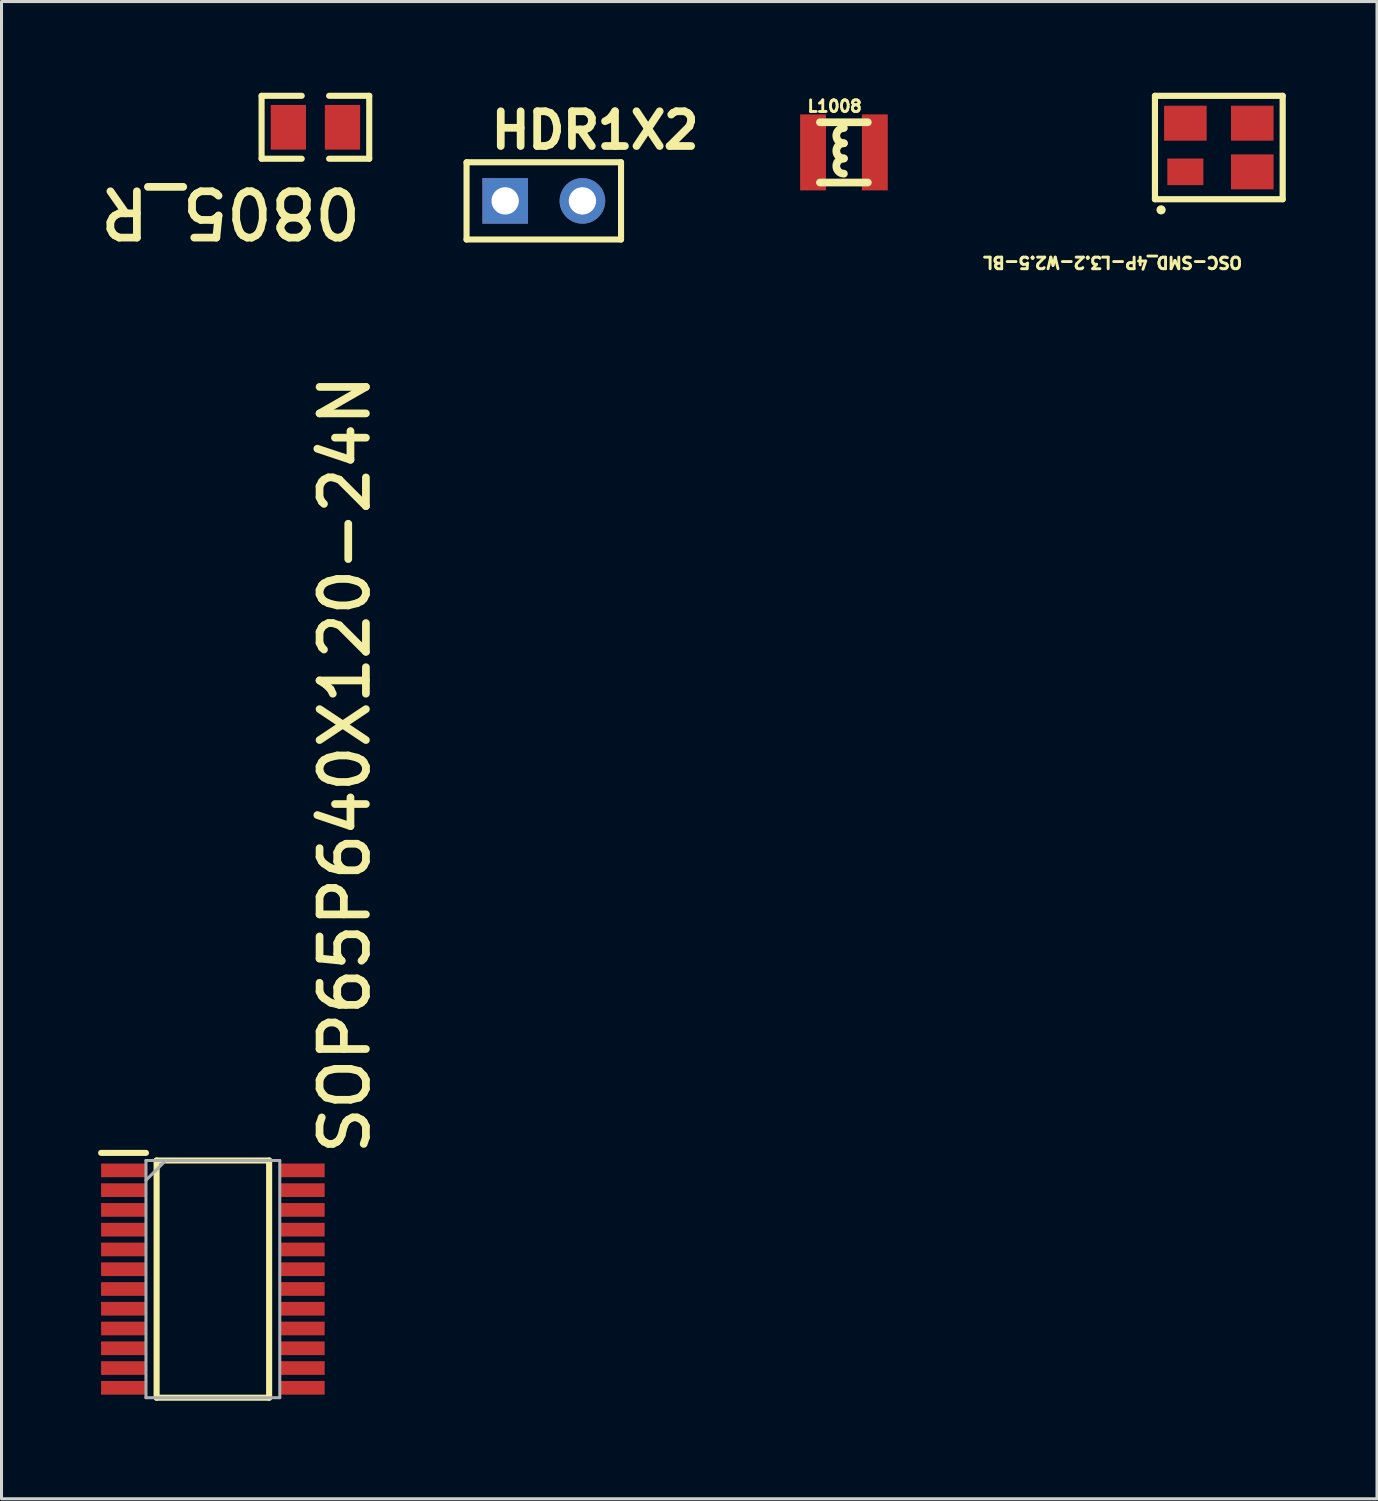
<source format=kicad_pcb>
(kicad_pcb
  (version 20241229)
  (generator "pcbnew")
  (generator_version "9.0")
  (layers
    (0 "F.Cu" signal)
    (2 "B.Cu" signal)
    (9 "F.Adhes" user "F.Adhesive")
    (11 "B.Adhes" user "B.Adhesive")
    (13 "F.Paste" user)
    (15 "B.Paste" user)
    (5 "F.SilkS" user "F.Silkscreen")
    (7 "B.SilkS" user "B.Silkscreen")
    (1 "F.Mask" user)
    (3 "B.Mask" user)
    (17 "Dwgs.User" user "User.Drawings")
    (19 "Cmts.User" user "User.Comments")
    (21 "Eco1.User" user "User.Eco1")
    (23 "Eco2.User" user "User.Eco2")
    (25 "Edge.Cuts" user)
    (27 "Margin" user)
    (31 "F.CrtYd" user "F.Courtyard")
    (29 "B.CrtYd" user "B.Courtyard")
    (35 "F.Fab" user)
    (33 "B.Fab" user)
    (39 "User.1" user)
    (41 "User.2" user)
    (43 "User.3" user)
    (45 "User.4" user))
  (footprint "L1008"
    (layer "F.Cu")
    (at 24.7 1.961)
    (property "Reference" "L1008" (at -1.247 -1.294 0) (unlocked yes) (layer "F.SilkS") (effects (font (size 0.381 0.381) (thickness 0.254)) (justify left bottom)))
    (fp_line (start -0.787 -0.991) (end 0.787 -0.991) (stroke (width 0.254) (type solid)) (layer "F.SilkS"))
    (fp_line (start -0.787 0.991) (end 0.787 0.991) (stroke (width 0.254) (type solid)) (layer "F.SilkS"))
    (fp_arc (start 0 -0.299999) (mid -0.25 -0.549999) (end 0 -0.799999) (stroke (width 0.254) (type solid)) (layer "F.SilkS"))
    (fp_arc (start 0 0.2) (mid -0.25 -0.05) (end 0 -0.3) (stroke (width 0.254) (type solid)) (layer "F.SilkS"))
    (fp_arc (start 0 0.699999) (mid -0.25 0.449999) (end 0 0.199999) (stroke (width 0.254) (type solid)) (layer "F.SilkS"))
    (pad "1" smd rect (at -1.014 0) (size 0.851 2.499) (layers "F.Cu" "F.Mask" "F.Paste"))
    (pad "2" smd rect (at 1.018 0) (size 0.851 2.499) (layers "F.Cu" "F.Mask" "F.Paste")))
  (footprint "SOP65P640X120-24N"
    (layer "F.Cu")
    (at 3.95 39.011)
    (property "Reference" "SOP65P640X120-24N" (at 5.232 -3.988 90) (unlocked yes) (layer "F.SilkS") (effects (font (size 1.524 1.524) (thickness 0.254)) (justify left bottom)))
    (fp_line (start -3.675 -4.15) (end -2.2 -4.15) (stroke (width 0.2) (type solid)) (layer "F.SilkS"))
    (fp_line (start -1.85 -3.9) (end 1.85 -3.9) (stroke (width 0.2) (type solid)) (layer "F.SilkS"))
    (fp_line (start -1.85 3.9) (end -1.85 -3.9) (stroke (width 0.2) (type solid)) (layer "F.SilkS"))
    (fp_line (start -1.85 3.9) (end 1.85 3.9) (stroke (width 0.2) (type solid)) (layer "F.SilkS"))
    (fp_line (start 1.85 3.9) (end 1.85 -3.9) (stroke (width 0.2) (type solid)) (layer "F.SilkS"))
    (fp_line (start -3.925 -4.2) (end 3.925 -4.2) (stroke (width 0.05) (type solid)) (layer "Eco1.User"))
    (fp_line (start -3.925 4.2) (end -3.925 -4.2) (stroke (width 0.05) (type solid)) (layer "Eco1.User"))
    (fp_line (start -3.925 4.2) (end 3.925 4.2) (stroke (width 0.05) (type solid)) (layer "Eco1.User"))
    (fp_line (start 3.925 4.2) (end 3.925 -4.2) (stroke (width 0.05) (type solid)) (layer "Eco1.User"))
    (fp_line (start -2.2 -3.9) (end 2.2 -3.9) (stroke (width 0.1) (type solid)) (layer "F.Fab"))
    (fp_line (start -2.2 -3.25) (end -1.55 -3.9) (stroke (width 0.1) (type solid)) (layer "F.Fab"))
    (fp_line (start -2.2 3.9) (end -2.2 -3.9) (stroke (width 0.1) (type solid)) (layer "F.Fab"))
    (fp_line (start -2.2 3.9) (end 2.2 3.9) (stroke (width 0.1) (type solid)) (layer "F.Fab"))
    (fp_line (start 2.2 3.9) (end 2.2 -3.9) (stroke (width 0.1) (type solid)) (layer "F.Fab"))
    (pad "1" smd rect (at -2.938 -3.575 180) (size 1.475 0.45) (layers "F.Cu" "F.Mask" "F.Paste"))
    (pad "2" smd rect (at -2.938 -2.925 180) (size 1.475 0.45) (layers "F.Cu" "F.Mask" "F.Paste"))
    (pad "3" smd rect (at -2.938 -2.275 180) (size 1.475 0.45) (layers "F.Cu" "F.Mask" "F.Paste"))
    (pad "4" smd rect (at -2.938 -1.625 180) (size 1.475 0.45) (layers "F.Cu" "F.Mask" "F.Paste"))
    (pad "5" smd rect (at -2.938 -0.975 180) (size 1.475 0.45) (layers "F.Cu" "F.Mask" "F.Paste"))
    (pad "6" smd rect (at -2.938 -0.325 180) (size 1.475 0.45) (layers "F.Cu" "F.Mask" "F.Paste"))
    (pad "7" smd rect (at -2.938 0.325 180) (size 1.475 0.45) (layers "F.Cu" "F.Mask" "F.Paste"))
    (pad "8" smd rect (at -2.938 0.975 180) (size 1.475 0.45) (layers "F.Cu" "F.Mask" "F.Paste"))
    (pad "9" smd rect (at -2.938 1.625 180) (size 1.475 0.45) (layers "F.Cu" "F.Mask" "F.Paste"))
    (pad "10" smd rect (at -2.938 2.275 180) (size 1.475 0.45) (layers "F.Cu" "F.Mask" "F.Paste"))
    (pad "11" smd rect (at -2.938 2.925 180) (size 1.475 0.45) (layers "F.Cu" "F.Mask" "F.Paste"))
    (pad "12" smd rect (at -2.938 3.575 180) (size 1.475 0.45) (layers "F.Cu" "F.Mask" "F.Paste"))
    (pad "13" smd rect (at 2.938 3.575 180) (size 1.475 0.45) (layers "F.Cu" "F.Mask" "F.Paste"))
    (pad "14" smd rect (at 2.938 2.925 180) (size 1.475 0.45) (layers "F.Cu" "F.Mask" "F.Paste"))
    (pad "15" smd rect (at 2.938 2.275 180) (size 1.475 0.45) (layers "F.Cu" "F.Mask" "F.Paste"))
    (pad "16" smd rect (at 2.938 1.625 180) (size 1.475 0.45) (layers "F.Cu" "F.Mask" "F.Paste"))
    (pad "17" smd rect (at 2.938 0.975 180) (size 1.475 0.45) (layers "F.Cu" "F.Mask" "F.Paste"))
    (pad "18" smd rect (at 2.938 0.325 180) (size 1.475 0.45) (layers "F.Cu" "F.Mask" "F.Paste"))
    (pad "19" smd rect (at 2.938 -0.325 180) (size 1.475 0.45) (layers "F.Cu" "F.Mask" "F.Paste"))
    (pad "20" smd rect (at 2.938 -0.975 180) (size 1.475 0.45) (layers "F.Cu" "F.Mask" "F.Paste"))
    (pad "21" smd rect (at 2.938 -1.625 180) (size 1.475 0.45) (layers "F.Cu" "F.Mask" "F.Paste"))
    (pad "22" smd rect (at 2.938 -2.275 180) (size 1.475 0.45) (layers "F.Cu" "F.Mask" "F.Paste"))
    (pad "23" smd rect (at 2.938 -2.925 180) (size 1.475 0.45) (layers "F.Cu" "F.Mask" "F.Paste"))
    (pad "24" smd rect (at 2.938 -3.575 180) (size 1.475 0.45) (layers "F.Cu" "F.Mask" "F.Paste")))
  (footprint "HDR1X2"
    (layer "F.Cu")
    (at 13.562 3.556)
    (property "Reference" "HDR1X2" (at -0.584 -1.651 0) (unlocked yes) (layer "F.SilkS") (effects (font (size 1.143 1.143) (thickness 0.254)) (justify left bottom)))
    (fp_line (start -1.27 -1.27) (end 3.81 -1.27) (stroke (width 0.2) (type solid)) (layer "F.SilkS"))
    (fp_line (start -1.27 1.27) (end -1.27 -1.27) (stroke (width 0.2) (type solid)) (layer "F.SilkS"))
    (fp_line (start -1.27 1.27) (end 3.81 1.27) (stroke (width 0.2) (type solid)) (layer "F.SilkS"))
    (fp_line (start 3.81 1.27) (end 3.81 -1.27) (stroke (width 0.2) (type solid)) (layer "F.SilkS"))
    (pad "1" thru_hole rect (at 0 0) (size 1.5 1.5) (drill 0.9) (layers "*.Cu" "*.Mask"))
    (pad "2" thru_hole circle (at 2.54 0) (size 1.5 1.5) (drill 0.9) (layers "*.Cu" "*.Mask")))
  (footprint "0805_R"
    (layer "F.Cu")
    (at 7.322 1.135)
    (property "Reference" "0805_R" (at 1.626 1.905 180) (unlocked yes) (layer "F.SilkS") (effects (font (size 1.524 1.524) (thickness 0.254)) (justify left bottom)))
    (fp_line (start -1.77 -1.035) (end -1.77 1.035) (stroke (width 0.2) (type solid)) (layer "F.SilkS"))
    (fp_line (start -0.45 -1.035) (end -1.77 -1.035) (stroke (width 0.2) (type solid)) (layer "F.SilkS"))
    (fp_line (start -0.45 1.035) (end -1.77 1.035) (stroke (width 0.2) (type solid)) (layer "F.SilkS"))
    (fp_line (start 1.77 -1.035) (end 0.45 -1.035) (stroke (width 0.2) (type solid)) (layer "F.SilkS"))
    (fp_line (start 1.77 -1.035) (end 1.77 1.035) (stroke (width 0.2) (type solid)) (layer "F.SilkS"))
    (fp_line (start 1.77 1.035) (end 0.45 1.035) (stroke (width 0.2) (type solid)) (layer "F.SilkS"))
    (pad "1" smd rect (at -0.89 0) (size 1.16 1.47) (layers "F.Cu" "F.Mask" "F.Paste"))
    (pad "2" smd rect (at 0.89 0) (size 1.16 1.47) (layers "F.Cu" "F.Mask" "F.Paste")))
  (footprint "OSC-SMD_4P-L3.2-W2.5-BL"
    (layer "F.Cu")
    (at 37.004 1.774)
    (property "Reference" "OSC-SMD_4P-L3.2-W2.5-BL" (at 0.84 3.58 180) (unlocked yes) (layer "F.SilkS") (effects (font (size 0.381 0.381) (thickness 0.254)) (justify left bottom)))
    (fp_line (start -2.075 -1.673) (end -2.075 1.727) (stroke (width 0.203) (type solid)) (layer "F.SilkS"))
    (fp_line (start 2.125 -1.673) (end -2.075 -1.673) (stroke (width 0.203) (type solid)) (layer "F.SilkS"))
    (fp_line (start 2.125 -1.673) (end 2.125 1.727) (stroke (width 0.203) (type solid)) (layer "F.SilkS"))
    (fp_line (start 2.125 1.727) (end -2.075 1.727) (stroke (width 0.203) (type solid)) (layer "F.SilkS"))
    (fp_arc (start -1.874521 2.076984) (mid -1.873251 2.076979) (end -1.871981 2.076984) (stroke (width 0.3) (type solid)) (layer "F.SilkS"))
    (fp_line (start 1.511 0.149) (end 1.46 0.2) (stroke (width 0.003) (type solid)) (layer "Eco1.User"))
    (pad "1" smd rect (at -1.075 0.827 180) (size 1.184 0.876) (layers "F.Cu" "F.Mask" "F.Paste"))
    (pad "2" smd rect (at 1.126 0.827 180) (size 1.4 1.15) (layers "F.Cu" "F.Mask" "F.Paste"))
    (pad "3" smd rect (at 1.126 -0.773 180) (size 1.4 1.15) (layers "F.Cu" "F.Mask" "F.Paste"))
    (pad "4" smd rect (at -1.075 -0.773 180) (size 1.4 1.15) (layers "F.Cu" "F.Mask" "F.Paste")))
  (gr_rect
    (start -3 -3)
    (end 42.231 46.236)
    (stroke (width 0.1) (type default))
    (fill no)
    (layer "Edge.Cuts")))
</source>
